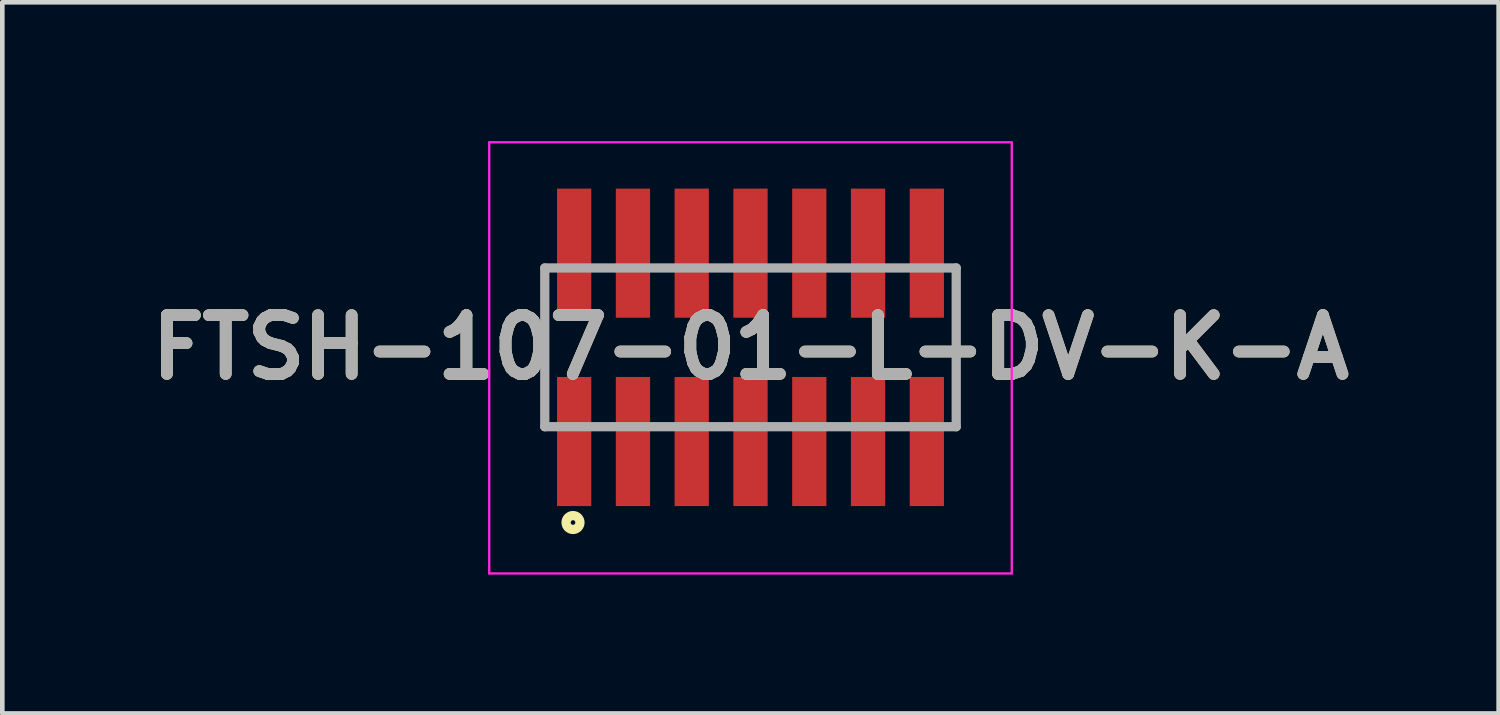
<source format=kicad_pcb>
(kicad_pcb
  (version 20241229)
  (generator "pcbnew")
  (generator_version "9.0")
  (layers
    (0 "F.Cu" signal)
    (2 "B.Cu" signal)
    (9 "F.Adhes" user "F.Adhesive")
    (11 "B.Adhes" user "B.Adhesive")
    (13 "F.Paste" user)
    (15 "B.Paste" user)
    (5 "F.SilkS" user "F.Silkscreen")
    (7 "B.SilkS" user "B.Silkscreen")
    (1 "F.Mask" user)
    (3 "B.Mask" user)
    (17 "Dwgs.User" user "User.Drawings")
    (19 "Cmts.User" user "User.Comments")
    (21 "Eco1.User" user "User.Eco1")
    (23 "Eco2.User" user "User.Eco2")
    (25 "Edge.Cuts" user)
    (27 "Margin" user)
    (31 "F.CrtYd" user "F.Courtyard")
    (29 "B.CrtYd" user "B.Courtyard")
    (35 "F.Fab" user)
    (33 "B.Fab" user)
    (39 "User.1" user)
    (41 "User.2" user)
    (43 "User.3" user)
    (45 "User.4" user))
  (footprint "FTSH-107-01-L-DV-K-A"
    (layer "F.Cu")
    (at 13.166 4.455)
    (property "Reference" "FTSH-107-01-L-DV-K-A" (at 0 0 0) (layer "F.SilkS") (effects (font (size 1.27 1.27) (thickness 0.254))))
    (attr through_hole)
    (fp_line (start -4.445 1.715) (end -4.445 -1.715) (stroke (width 0.1) (type solid)) (layer "F.SilkS"))
    (fp_line (start 4.445 -1.715) (end 4.445 1.715) (stroke (width 0.1) (type solid)) (layer "F.SilkS"))
    (fp_circle (center -3.835 3.785) (end -3.835 3.835) (stroke (width 0.2) (type solid)) (fill no) (layer "F.SilkS"))
    (fp_line (start -5.645 -4.43) (end 5.645 -4.43) (stroke (width 0.05) (type solid)) (layer "F.CrtYd"))
    (fp_line (start -5.645 4.885) (end -5.645 -4.43) (stroke (width 0.05) (type solid)) (layer "F.CrtYd"))
    (fp_line (start 5.645 -4.43) (end 5.645 4.885) (stroke (width 0.05) (type solid)) (layer "F.CrtYd"))
    (fp_line (start 5.645 4.885) (end -5.645 4.885) (stroke (width 0.05) (type solid)) (layer "F.CrtYd"))
    (fp_line (start -4.445 -1.715) (end 4.445 -1.715) (stroke (width 0.2) (type solid)) (layer "F.Fab"))
    (fp_line (start -4.445 1.715) (end -4.445 -1.715) (stroke (width 0.2) (type solid)) (layer "F.Fab"))
    (fp_line (start 4.445 -1.715) (end 4.445 1.715) (stroke (width 0.2) (type solid)) (layer "F.Fab"))
    (fp_line (start 4.445 1.715) (end -4.445 1.715) (stroke (width 0.2) (type solid)) (layer "F.Fab"))
    (fp_text user "${REFERENCE}" (at 0 0 0) (layer "F.Fab") (effects (font (size 1.27 1.27) (thickness 0.254))))
    (pad "" np_thru_hole circle (at -3.175 0) (size 0.001 0.001) (drill 1.02) (layers "*.Cu" "*.Mask"))
    (pad "" np_thru_hole circle (at 3.175 0) (size 0.001 0.001) (drill 1.02) (layers "*.Cu" "*.Mask"))
    (pad "1" smd rect (at -3.81 2.035) (size 0.74 2.79) (layers "F.Cu" "F.Mask" "F.Paste"))
    (pad "2" smd rect (at -3.81 -2.035) (size 0.74 2.79) (layers "F.Cu" "F.Mask" "F.Paste"))
    (pad "3" smd rect (at -2.54 2.035) (size 0.74 2.79) (layers "F.Cu" "F.Mask" "F.Paste"))
    (pad "4" smd rect (at -2.54 -2.035) (size 0.74 2.79) (layers "F.Cu" "F.Mask" "F.Paste"))
    (pad "5" smd rect (at -1.27 2.035) (size 0.74 2.79) (layers "F.Cu" "F.Mask" "F.Paste"))
    (pad "6" smd rect (at -1.27 -2.035) (size 0.74 2.79) (layers "F.Cu" "F.Mask" "F.Paste"))
    (pad "7" smd rect (at 0 2.035) (size 0.74 2.79) (layers "F.Cu" "F.Mask" "F.Paste"))
    (pad "8" smd rect (at 0 -2.035) (size 0.74 2.79) (layers "F.Cu" "F.Mask" "F.Paste"))
    (pad "9" smd rect (at 1.27 2.035) (size 0.74 2.79) (layers "F.Cu" "F.Mask" "F.Paste"))
    (pad "10" smd rect (at 1.27 -2.035) (size 0.74 2.79) (layers "F.Cu" "F.Mask" "F.Paste"))
    (pad "11" smd rect (at 2.54 2.035) (size 0.74 2.79) (layers "F.Cu" "F.Mask" "F.Paste"))
    (pad "12" smd rect (at 2.54 -2.035) (size 0.74 2.79) (layers "F.Cu" "F.Mask" "F.Paste"))
    (pad "13" smd rect (at 3.81 2.035) (size 0.74 2.79) (layers "F.Cu" "F.Mask" "F.Paste"))
    (pad "14" smd rect (at 3.81 -2.035) (size 0.74 2.79) (layers "F.Cu" "F.Mask" "F.Paste")))
  (gr_rect
    (start -3 -3)
    (end 29.331 12.365)
    (stroke (width 0.1) (type default))
    (fill no)
    (layer "Edge.Cuts")))
</source>
